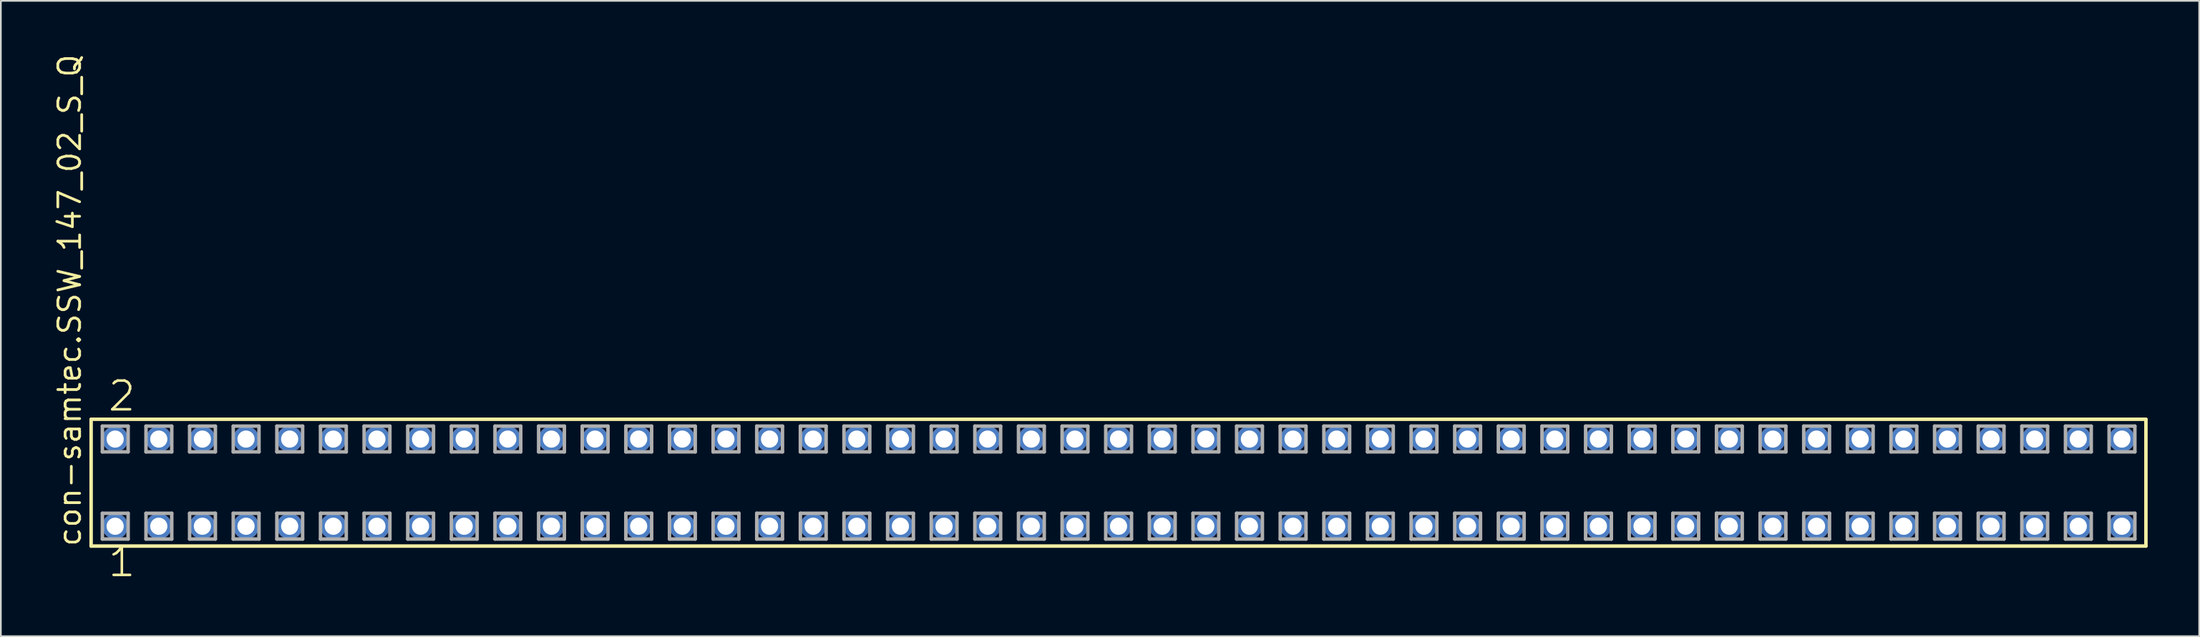
<source format=kicad_pcb>
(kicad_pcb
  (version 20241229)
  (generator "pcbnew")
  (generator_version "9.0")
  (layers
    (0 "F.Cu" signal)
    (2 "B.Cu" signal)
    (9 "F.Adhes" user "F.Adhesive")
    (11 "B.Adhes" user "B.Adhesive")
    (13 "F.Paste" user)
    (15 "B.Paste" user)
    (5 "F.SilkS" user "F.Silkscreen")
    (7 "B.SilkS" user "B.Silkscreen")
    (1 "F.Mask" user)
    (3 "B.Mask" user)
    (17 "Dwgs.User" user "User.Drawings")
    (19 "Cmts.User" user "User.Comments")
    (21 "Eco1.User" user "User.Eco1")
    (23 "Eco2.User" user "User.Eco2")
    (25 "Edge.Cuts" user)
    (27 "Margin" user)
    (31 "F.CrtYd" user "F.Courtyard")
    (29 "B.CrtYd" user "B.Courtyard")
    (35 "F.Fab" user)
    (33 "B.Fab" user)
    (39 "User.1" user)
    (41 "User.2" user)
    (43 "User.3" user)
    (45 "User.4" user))
  (footprint "con-samtec.SSW_147_02_S_Q"
    (layer "F.Cu")
    (at 62.075 25.082)
    (property "Reference" "con-samtec.SSW_147_02_S_Q" (at -60.325 3.81 90) (layer "F.SilkS") (effects (font (size 1.27 1.27) (thickness 0.16)) (justify left bottom)))
    (attr through_hole)
    (fp_line (start -59.819 -3.695) (end 59.819 -3.695) (stroke (width 0.203) (type default)) (layer "F.SilkS"))
    (fp_line (start -59.819 3.695) (end -59.819 -3.695) (stroke (width 0.203) (type default)) (layer "F.SilkS"))
    (fp_line (start 59.819 -3.695) (end 59.819 3.695) (stroke (width 0.203) (type default)) (layer "F.SilkS"))
    (fp_line (start 59.819 3.695) (end -59.819 3.695) (stroke (width 0.203) (type default)) (layer "F.SilkS"))
    (fp_line (start -59.165 -3.295) (end -57.665 -3.295) (stroke (width 0.203) (type default)) (layer "F.Fab"))
    (fp_line (start -59.165 -1.795) (end -59.165 -3.295) (stroke (width 0.203) (type default)) (layer "F.Fab"))
    (fp_line (start -59.165 1.785) (end -57.665 1.785) (stroke (width 0.203) (type default)) (layer "F.Fab"))
    (fp_line (start -59.165 3.285) (end -59.165 1.785) (stroke (width 0.203) (type default)) (layer "F.Fab"))
    (fp_line (start -57.665 -3.295) (end -57.665 -1.795) (stroke (width 0.203) (type default)) (layer "F.Fab"))
    (fp_line (start -57.665 -1.795) (end -59.165 -1.795) (stroke (width 0.203) (type default)) (layer "F.Fab"))
    (fp_line (start -57.665 1.785) (end -57.665 3.285) (stroke (width 0.203) (type default)) (layer "F.Fab"))
    (fp_line (start -57.665 3.285) (end -59.165 3.285) (stroke (width 0.203) (type default)) (layer "F.Fab"))
    (fp_line (start -56.625 -3.295) (end -55.125 -3.295) (stroke (width 0.203) (type default)) (layer "F.Fab"))
    (fp_line (start -56.625 -1.795) (end -56.625 -3.295) (stroke (width 0.203) (type default)) (layer "F.Fab"))
    (fp_line (start -56.625 1.785) (end -55.125 1.785) (stroke (width 0.203) (type default)) (layer "F.Fab"))
    (fp_line (start -56.625 3.285) (end -56.625 1.785) (stroke (width 0.203) (type default)) (layer "F.Fab"))
    (fp_line (start -55.125 -3.295) (end -55.125 -1.795) (stroke (width 0.203) (type default)) (layer "F.Fab"))
    (fp_line (start -55.125 -1.795) (end -56.625 -1.795) (stroke (width 0.203) (type default)) (layer "F.Fab"))
    (fp_line (start -55.125 1.785) (end -55.125 3.285) (stroke (width 0.203) (type default)) (layer "F.Fab"))
    (fp_line (start -55.125 3.285) (end -56.625 3.285) (stroke (width 0.203) (type default)) (layer "F.Fab"))
    (fp_line (start -54.085 -3.295) (end -52.585 -3.295) (stroke (width 0.203) (type default)) (layer "F.Fab"))
    (fp_line (start -54.085 -1.795) (end -54.085 -3.295) (stroke (width 0.203) (type default)) (layer "F.Fab"))
    (fp_line (start -54.085 1.785) (end -52.585 1.785) (stroke (width 0.203) (type default)) (layer "F.Fab"))
    (fp_line (start -54.085 3.285) (end -54.085 1.785) (stroke (width 0.203) (type default)) (layer "F.Fab"))
    (fp_line (start -52.585 -3.295) (end -52.585 -1.795) (stroke (width 0.203) (type default)) (layer "F.Fab"))
    (fp_line (start -52.585 -1.795) (end -54.085 -1.795) (stroke (width 0.203) (type default)) (layer "F.Fab"))
    (fp_line (start -52.585 1.785) (end -52.585 3.285) (stroke (width 0.203) (type default)) (layer "F.Fab"))
    (fp_line (start -52.585 3.285) (end -54.085 3.285) (stroke (width 0.203) (type default)) (layer "F.Fab"))
    (fp_line (start -51.545 -3.295) (end -50.045 -3.295) (stroke (width 0.203) (type default)) (layer "F.Fab"))
    (fp_line (start -51.545 -1.795) (end -51.545 -3.295) (stroke (width 0.203) (type default)) (layer "F.Fab"))
    (fp_line (start -51.545 1.785) (end -50.045 1.785) (stroke (width 0.203) (type default)) (layer "F.Fab"))
    (fp_line (start -51.545 3.285) (end -51.545 1.785) (stroke (width 0.203) (type default)) (layer "F.Fab"))
    (fp_line (start -50.045 -3.295) (end -50.045 -1.795) (stroke (width 0.203) (type default)) (layer "F.Fab"))
    (fp_line (start -50.045 -1.795) (end -51.545 -1.795) (stroke (width 0.203) (type default)) (layer "F.Fab"))
    (fp_line (start -50.045 1.785) (end -50.045 3.285) (stroke (width 0.203) (type default)) (layer "F.Fab"))
    (fp_line (start -50.045 3.285) (end -51.545 3.285) (stroke (width 0.203) (type default)) (layer "F.Fab"))
    (fp_line (start -49.005 -3.295) (end -47.505 -3.295) (stroke (width 0.203) (type default)) (layer "F.Fab"))
    (fp_line (start -49.005 -1.795) (end -49.005 -3.295) (stroke (width 0.203) (type default)) (layer "F.Fab"))
    (fp_line (start -49.005 1.785) (end -47.505 1.785) (stroke (width 0.203) (type default)) (layer "F.Fab"))
    (fp_line (start -49.005 3.285) (end -49.005 1.785) (stroke (width 0.203) (type default)) (layer "F.Fab"))
    (fp_line (start -47.505 -3.295) (end -47.505 -1.795) (stroke (width 0.203) (type default)) (layer "F.Fab"))
    (fp_line (start -47.505 -1.795) (end -49.005 -1.795) (stroke (width 0.203) (type default)) (layer "F.Fab"))
    (fp_line (start -47.505 1.785) (end -47.505 3.285) (stroke (width 0.203) (type default)) (layer "F.Fab"))
    (fp_line (start -47.505 3.285) (end -49.005 3.285) (stroke (width 0.203) (type default)) (layer "F.Fab"))
    (fp_line (start -46.465 -3.295) (end -44.965 -3.295) (stroke (width 0.203) (type default)) (layer "F.Fab"))
    (fp_line (start -46.465 -1.795) (end -46.465 -3.295) (stroke (width 0.203) (type default)) (layer "F.Fab"))
    (fp_line (start -46.465 1.785) (end -44.965 1.785) (stroke (width 0.203) (type default)) (layer "F.Fab"))
    (fp_line (start -46.465 3.285) (end -46.465 1.785) (stroke (width 0.203) (type default)) (layer "F.Fab"))
    (fp_line (start -44.965 -3.295) (end -44.965 -1.795) (stroke (width 0.203) (type default)) (layer "F.Fab"))
    (fp_line (start -44.965 -1.795) (end -46.465 -1.795) (stroke (width 0.203) (type default)) (layer "F.Fab"))
    (fp_line (start -44.965 1.785) (end -44.965 3.285) (stroke (width 0.203) (type default)) (layer "F.Fab"))
    (fp_line (start -44.965 3.285) (end -46.465 3.285) (stroke (width 0.203) (type default)) (layer "F.Fab"))
    (fp_line (start -43.925 -3.295) (end -42.425 -3.295) (stroke (width 0.203) (type default)) (layer "F.Fab"))
    (fp_line (start -43.925 -1.795) (end -43.925 -3.295) (stroke (width 0.203) (type default)) (layer "F.Fab"))
    (fp_line (start -43.925 1.785) (end -42.425 1.785) (stroke (width 0.203) (type default)) (layer "F.Fab"))
    (fp_line (start -43.925 3.285) (end -43.925 1.785) (stroke (width 0.203) (type default)) (layer "F.Fab"))
    (fp_line (start -42.425 -3.295) (end -42.425 -1.795) (stroke (width 0.203) (type default)) (layer "F.Fab"))
    (fp_line (start -42.425 -1.795) (end -43.925 -1.795) (stroke (width 0.203) (type default)) (layer "F.Fab"))
    (fp_line (start -42.425 1.785) (end -42.425 3.285) (stroke (width 0.203) (type default)) (layer "F.Fab"))
    (fp_line (start -42.425 3.285) (end -43.925 3.285) (stroke (width 0.203) (type default)) (layer "F.Fab"))
    (fp_line (start -41.385 -3.295) (end -39.885 -3.295) (stroke (width 0.203) (type default)) (layer "F.Fab"))
    (fp_line (start -41.385 -1.795) (end -41.385 -3.295) (stroke (width 0.203) (type default)) (layer "F.Fab"))
    (fp_line (start -41.385 1.785) (end -39.885 1.785) (stroke (width 0.203) (type default)) (layer "F.Fab"))
    (fp_line (start -41.385 3.285) (end -41.385 1.785) (stroke (width 0.203) (type default)) (layer "F.Fab"))
    (fp_line (start -39.885 -3.295) (end -39.885 -1.795) (stroke (width 0.203) (type default)) (layer "F.Fab"))
    (fp_line (start -39.885 -1.795) (end -41.385 -1.795) (stroke (width 0.203) (type default)) (layer "F.Fab"))
    (fp_line (start -39.885 1.785) (end -39.885 3.285) (stroke (width 0.203) (type default)) (layer "F.Fab"))
    (fp_line (start -39.885 3.285) (end -41.385 3.285) (stroke (width 0.203) (type default)) (layer "F.Fab"))
    (fp_line (start -38.845 -3.295) (end -37.345 -3.295) (stroke (width 0.203) (type default)) (layer "F.Fab"))
    (fp_line (start -38.845 -1.795) (end -38.845 -3.295) (stroke (width 0.203) (type default)) (layer "F.Fab"))
    (fp_line (start -38.845 1.785) (end -37.345 1.785) (stroke (width 0.203) (type default)) (layer "F.Fab"))
    (fp_line (start -38.845 3.285) (end -38.845 1.785) (stroke (width 0.203) (type default)) (layer "F.Fab"))
    (fp_line (start -37.345 -3.295) (end -37.345 -1.795) (stroke (width 0.203) (type default)) (layer "F.Fab"))
    (fp_line (start -37.345 -1.795) (end -38.845 -1.795) (stroke (width 0.203) (type default)) (layer "F.Fab"))
    (fp_line (start -37.345 1.785) (end -37.345 3.285) (stroke (width 0.203) (type default)) (layer "F.Fab"))
    (fp_line (start -37.345 3.285) (end -38.845 3.285) (stroke (width 0.203) (type default)) (layer "F.Fab"))
    (fp_line (start -36.305 -3.295) (end -34.805 -3.295) (stroke (width 0.203) (type default)) (layer "F.Fab"))
    (fp_line (start -36.305 -1.795) (end -36.305 -3.295) (stroke (width 0.203) (type default)) (layer "F.Fab"))
    (fp_line (start -36.305 1.785) (end -34.805 1.785) (stroke (width 0.203) (type default)) (layer "F.Fab"))
    (fp_line (start -36.305 3.285) (end -36.305 1.785) (stroke (width 0.203) (type default)) (layer "F.Fab"))
    (fp_line (start -34.805 -3.295) (end -34.805 -1.795) (stroke (width 0.203) (type default)) (layer "F.Fab"))
    (fp_line (start -34.805 -1.795) (end -36.305 -1.795) (stroke (width 0.203) (type default)) (layer "F.Fab"))
    (fp_line (start -34.805 1.785) (end -34.805 3.285) (stroke (width 0.203) (type default)) (layer "F.Fab"))
    (fp_line (start -34.805 3.285) (end -36.305 3.285) (stroke (width 0.203) (type default)) (layer "F.Fab"))
    (fp_line (start -33.765 -3.295) (end -32.265 -3.295) (stroke (width 0.203) (type default)) (layer "F.Fab"))
    (fp_line (start -33.765 -1.795) (end -33.765 -3.295) (stroke (width 0.203) (type default)) (layer "F.Fab"))
    (fp_line (start -33.765 1.785) (end -32.265 1.785) (stroke (width 0.203) (type default)) (layer "F.Fab"))
    (fp_line (start -33.765 3.285) (end -33.765 1.785) (stroke (width 0.203) (type default)) (layer "F.Fab"))
    (fp_line (start -32.265 -3.295) (end -32.265 -1.795) (stroke (width 0.203) (type default)) (layer "F.Fab"))
    (fp_line (start -32.265 -1.795) (end -33.765 -1.795) (stroke (width 0.203) (type default)) (layer "F.Fab"))
    (fp_line (start -32.265 1.785) (end -32.265 3.285) (stroke (width 0.203) (type default)) (layer "F.Fab"))
    (fp_line (start -32.265 3.285) (end -33.765 3.285) (stroke (width 0.203) (type default)) (layer "F.Fab"))
    (fp_line (start -31.225 -3.295) (end -29.725 -3.295) (stroke (width 0.203) (type default)) (layer "F.Fab"))
    (fp_line (start -31.225 -1.795) (end -31.225 -3.295) (stroke (width 0.203) (type default)) (layer "F.Fab"))
    (fp_line (start -31.225 1.785) (end -29.725 1.785) (stroke (width 0.203) (type default)) (layer "F.Fab"))
    (fp_line (start -31.225 3.285) (end -31.225 1.785) (stroke (width 0.203) (type default)) (layer "F.Fab"))
    (fp_line (start -29.725 -3.295) (end -29.725 -1.795) (stroke (width 0.203) (type default)) (layer "F.Fab"))
    (fp_line (start -29.725 -1.795) (end -31.225 -1.795) (stroke (width 0.203) (type default)) (layer "F.Fab"))
    (fp_line (start -29.725 1.785) (end -29.725 3.285) (stroke (width 0.203) (type default)) (layer "F.Fab"))
    (fp_line (start -29.725 3.285) (end -31.225 3.285) (stroke (width 0.203) (type default)) (layer "F.Fab"))
    (fp_line (start -28.685 -3.295) (end -27.185 -3.295) (stroke (width 0.203) (type default)) (layer "F.Fab"))
    (fp_line (start -28.685 -1.795) (end -28.685 -3.295) (stroke (width 0.203) (type default)) (layer "F.Fab"))
    (fp_line (start -28.685 1.785) (end -27.185 1.785) (stroke (width 0.203) (type default)) (layer "F.Fab"))
    (fp_line (start -28.685 3.285) (end -28.685 1.785) (stroke (width 0.203) (type default)) (layer "F.Fab"))
    (fp_line (start -27.185 -3.295) (end -27.185 -1.795) (stroke (width 0.203) (type default)) (layer "F.Fab"))
    (fp_line (start -27.185 -1.795) (end -28.685 -1.795) (stroke (width 0.203) (type default)) (layer "F.Fab"))
    (fp_line (start -27.185 1.785) (end -27.185 3.285) (stroke (width 0.203) (type default)) (layer "F.Fab"))
    (fp_line (start -27.185 3.285) (end -28.685 3.285) (stroke (width 0.203) (type default)) (layer "F.Fab"))
    (fp_line (start -26.145 -3.295) (end -24.645 -3.295) (stroke (width 0.203) (type default)) (layer "F.Fab"))
    (fp_line (start -26.145 -1.795) (end -26.145 -3.295) (stroke (width 0.203) (type default)) (layer "F.Fab"))
    (fp_line (start -26.145 1.785) (end -24.645 1.785) (stroke (width 0.203) (type default)) (layer "F.Fab"))
    (fp_line (start -26.145 3.285) (end -26.145 1.785) (stroke (width 0.203) (type default)) (layer "F.Fab"))
    (fp_line (start -24.645 -3.295) (end -24.645 -1.795) (stroke (width 0.203) (type default)) (layer "F.Fab"))
    (fp_line (start -24.645 -1.795) (end -26.145 -1.795) (stroke (width 0.203) (type default)) (layer "F.Fab"))
    (fp_line (start -24.645 1.785) (end -24.645 3.285) (stroke (width 0.203) (type default)) (layer "F.Fab"))
    (fp_line (start -24.645 3.285) (end -26.145 3.285) (stroke (width 0.203) (type default)) (layer "F.Fab"))
    (fp_line (start -23.605 -3.295) (end -22.105 -3.295) (stroke (width 0.203) (type default)) (layer "F.Fab"))
    (fp_line (start -23.605 -1.795) (end -23.605 -3.295) (stroke (width 0.203) (type default)) (layer "F.Fab"))
    (fp_line (start -23.605 1.785) (end -22.105 1.785) (stroke (width 0.203) (type default)) (layer "F.Fab"))
    (fp_line (start -23.605 3.285) (end -23.605 1.785) (stroke (width 0.203) (type default)) (layer "F.Fab"))
    (fp_line (start -22.105 -3.295) (end -22.105 -1.795) (stroke (width 0.203) (type default)) (layer "F.Fab"))
    (fp_line (start -22.105 -1.795) (end -23.605 -1.795) (stroke (width 0.203) (type default)) (layer "F.Fab"))
    (fp_line (start -22.105 1.785) (end -22.105 3.285) (stroke (width 0.203) (type default)) (layer "F.Fab"))
    (fp_line (start -22.105 3.285) (end -23.605 3.285) (stroke (width 0.203) (type default)) (layer "F.Fab"))
    (fp_line (start -21.065 -3.295) (end -19.565 -3.295) (stroke (width 0.203) (type default)) (layer "F.Fab"))
    (fp_line (start -21.065 -1.795) (end -21.065 -3.295) (stroke (width 0.203) (type default)) (layer "F.Fab"))
    (fp_line (start -21.065 1.785) (end -19.565 1.785) (stroke (width 0.203) (type default)) (layer "F.Fab"))
    (fp_line (start -21.065 3.285) (end -21.065 1.785) (stroke (width 0.203) (type default)) (layer "F.Fab"))
    (fp_line (start -19.565 -3.295) (end -19.565 -1.795) (stroke (width 0.203) (type default)) (layer "F.Fab"))
    (fp_line (start -19.565 -1.795) (end -21.065 -1.795) (stroke (width 0.203) (type default)) (layer "F.Fab"))
    (fp_line (start -19.565 1.785) (end -19.565 3.285) (stroke (width 0.203) (type default)) (layer "F.Fab"))
    (fp_line (start -19.565 3.285) (end -21.065 3.285) (stroke (width 0.203) (type default)) (layer "F.Fab"))
    (fp_line (start -18.525 -3.295) (end -17.025 -3.295) (stroke (width 0.203) (type default)) (layer "F.Fab"))
    (fp_line (start -18.525 -1.795) (end -18.525 -3.295) (stroke (width 0.203) (type default)) (layer "F.Fab"))
    (fp_line (start -18.525 1.785) (end -17.025 1.785) (stroke (width 0.203) (type default)) (layer "F.Fab"))
    (fp_line (start -18.525 3.285) (end -18.525 1.785) (stroke (width 0.203) (type default)) (layer "F.Fab"))
    (fp_line (start -17.025 -3.295) (end -17.025 -1.795) (stroke (width 0.203) (type default)) (layer "F.Fab"))
    (fp_line (start -17.025 -1.795) (end -18.525 -1.795) (stroke (width 0.203) (type default)) (layer "F.Fab"))
    (fp_line (start -17.025 1.785) (end -17.025 3.285) (stroke (width 0.203) (type default)) (layer "F.Fab"))
    (fp_line (start -17.025 3.285) (end -18.525 3.285) (stroke (width 0.203) (type default)) (layer "F.Fab"))
    (fp_line (start -15.985 -3.295) (end -14.485 -3.295) (stroke (width 0.203) (type default)) (layer "F.Fab"))
    (fp_line (start -15.985 -1.795) (end -15.985 -3.295) (stroke (width 0.203) (type default)) (layer "F.Fab"))
    (fp_line (start -15.985 1.785) (end -14.485 1.785) (stroke (width 0.203) (type default)) (layer "F.Fab"))
    (fp_line (start -15.985 3.285) (end -15.985 1.785) (stroke (width 0.203) (type default)) (layer "F.Fab"))
    (fp_line (start -14.485 -3.295) (end -14.485 -1.795) (stroke (width 0.203) (type default)) (layer "F.Fab"))
    (fp_line (start -14.485 -1.795) (end -15.985 -1.795) (stroke (width 0.203) (type default)) (layer "F.Fab"))
    (fp_line (start -14.485 1.785) (end -14.485 3.285) (stroke (width 0.203) (type default)) (layer "F.Fab"))
    (fp_line (start -14.485 3.285) (end -15.985 3.285) (stroke (width 0.203) (type default)) (layer "F.Fab"))
    (fp_line (start -13.445 -3.295) (end -11.945 -3.295) (stroke (width 0.203) (type default)) (layer "F.Fab"))
    (fp_line (start -13.445 -1.795) (end -13.445 -3.295) (stroke (width 0.203) (type default)) (layer "F.Fab"))
    (fp_line (start -13.445 1.785) (end -11.945 1.785) (stroke (width 0.203) (type default)) (layer "F.Fab"))
    (fp_line (start -13.445 3.285) (end -13.445 1.785) (stroke (width 0.203) (type default)) (layer "F.Fab"))
    (fp_line (start -11.945 -3.295) (end -11.945 -1.795) (stroke (width 0.203) (type default)) (layer "F.Fab"))
    (fp_line (start -11.945 -1.795) (end -13.445 -1.795) (stroke (width 0.203) (type default)) (layer "F.Fab"))
    (fp_line (start -11.945 1.785) (end -11.945 3.285) (stroke (width 0.203) (type default)) (layer "F.Fab"))
    (fp_line (start -11.945 3.285) (end -13.445 3.285) (stroke (width 0.203) (type default)) (layer "F.Fab"))
    (fp_line (start -10.905 -3.295) (end -9.405 -3.295) (stroke (width 0.203) (type default)) (layer "F.Fab"))
    (fp_line (start -10.905 -1.795) (end -10.905 -3.295) (stroke (width 0.203) (type default)) (layer "F.Fab"))
    (fp_line (start -10.905 1.785) (end -9.405 1.785) (stroke (width 0.203) (type default)) (layer "F.Fab"))
    (fp_line (start -10.905 3.285) (end -10.905 1.785) (stroke (width 0.203) (type default)) (layer "F.Fab"))
    (fp_line (start -9.405 -3.295) (end -9.405 -1.795) (stroke (width 0.203) (type default)) (layer "F.Fab"))
    (fp_line (start -9.405 -1.795) (end -10.905 -1.795) (stroke (width 0.203) (type default)) (layer "F.Fab"))
    (fp_line (start -9.405 1.785) (end -9.405 3.285) (stroke (width 0.203) (type default)) (layer "F.Fab"))
    (fp_line (start -9.405 3.285) (end -10.905 3.285) (stroke (width 0.203) (type default)) (layer "F.Fab"))
    (fp_line (start -8.365 -3.295) (end -6.865 -3.295) (stroke (width 0.203) (type default)) (layer "F.Fab"))
    (fp_line (start -8.365 -1.795) (end -8.365 -3.295) (stroke (width 0.203) (type default)) (layer "F.Fab"))
    (fp_line (start -8.365 1.785) (end -6.865 1.785) (stroke (width 0.203) (type default)) (layer "F.Fab"))
    (fp_line (start -8.365 3.285) (end -8.365 1.785) (stroke (width 0.203) (type default)) (layer "F.Fab"))
    (fp_line (start -6.865 -3.295) (end -6.865 -1.795) (stroke (width 0.203) (type default)) (layer "F.Fab"))
    (fp_line (start -6.865 -1.795) (end -8.365 -1.795) (stroke (width 0.203) (type default)) (layer "F.Fab"))
    (fp_line (start -6.865 1.785) (end -6.865 3.285) (stroke (width 0.203) (type default)) (layer "F.Fab"))
    (fp_line (start -6.865 3.285) (end -8.365 3.285) (stroke (width 0.203) (type default)) (layer "F.Fab"))
    (fp_line (start -5.825 -3.295) (end -4.325 -3.295) (stroke (width 0.203) (type default)) (layer "F.Fab"))
    (fp_line (start -5.825 -1.795) (end -5.825 -3.295) (stroke (width 0.203) (type default)) (layer "F.Fab"))
    (fp_line (start -5.825 1.785) (end -4.325 1.785) (stroke (width 0.203) (type default)) (layer "F.Fab"))
    (fp_line (start -5.825 3.285) (end -5.825 1.785) (stroke (width 0.203) (type default)) (layer "F.Fab"))
    (fp_line (start -4.325 -3.295) (end -4.325 -1.795) (stroke (width 0.203) (type default)) (layer "F.Fab"))
    (fp_line (start -4.325 -1.795) (end -5.825 -1.795) (stroke (width 0.203) (type default)) (layer "F.Fab"))
    (fp_line (start -4.325 1.785) (end -4.325 3.285) (stroke (width 0.203) (type default)) (layer "F.Fab"))
    (fp_line (start -4.325 3.285) (end -5.825 3.285) (stroke (width 0.203) (type default)) (layer "F.Fab"))
    (fp_line (start -3.285 -3.295) (end -1.785 -3.295) (stroke (width 0.203) (type default)) (layer "F.Fab"))
    (fp_line (start -3.285 -1.795) (end -3.285 -3.295) (stroke (width 0.203) (type default)) (layer "F.Fab"))
    (fp_line (start -3.285 1.785) (end -1.785 1.785) (stroke (width 0.203) (type default)) (layer "F.Fab"))
    (fp_line (start -3.285 3.285) (end -3.285 1.785) (stroke (width 0.203) (type default)) (layer "F.Fab"))
    (fp_line (start -1.785 -3.295) (end -1.785 -1.795) (stroke (width 0.203) (type default)) (layer "F.Fab"))
    (fp_line (start -1.785 -1.795) (end -3.285 -1.795) (stroke (width 0.203) (type default)) (layer "F.Fab"))
    (fp_line (start -1.785 1.785) (end -1.785 3.285) (stroke (width 0.203) (type default)) (layer "F.Fab"))
    (fp_line (start -1.785 3.285) (end -3.285 3.285) (stroke (width 0.203) (type default)) (layer "F.Fab"))
    (fp_line (start -0.745 -3.295) (end 0.755 -3.295) (stroke (width 0.203) (type default)) (layer "F.Fab"))
    (fp_line (start -0.745 -1.795) (end -0.745 -3.295) (stroke (width 0.203) (type default)) (layer "F.Fab"))
    (fp_line (start -0.745 1.785) (end 0.755 1.785) (stroke (width 0.203) (type default)) (layer "F.Fab"))
    (fp_line (start -0.745 3.285) (end -0.745 1.785) (stroke (width 0.203) (type default)) (layer "F.Fab"))
    (fp_line (start 0.755 -3.295) (end 0.755 -1.795) (stroke (width 0.203) (type default)) (layer "F.Fab"))
    (fp_line (start 0.755 -1.795) (end -0.745 -1.795) (stroke (width 0.203) (type default)) (layer "F.Fab"))
    (fp_line (start 0.755 1.785) (end 0.755 3.285) (stroke (width 0.203) (type default)) (layer "F.Fab"))
    (fp_line (start 0.755 3.285) (end -0.745 3.285) (stroke (width 0.203) (type default)) (layer "F.Fab"))
    (fp_line (start 1.795 -3.295) (end 3.295 -3.295) (stroke (width 0.203) (type default)) (layer "F.Fab"))
    (fp_line (start 1.795 -1.795) (end 1.795 -3.295) (stroke (width 0.203) (type default)) (layer "F.Fab"))
    (fp_line (start 1.795 1.785) (end 3.295 1.785) (stroke (width 0.203) (type default)) (layer "F.Fab"))
    (fp_line (start 1.795 3.285) (end 1.795 1.785) (stroke (width 0.203) (type default)) (layer "F.Fab"))
    (fp_line (start 3.295 -3.295) (end 3.295 -1.795) (stroke (width 0.203) (type default)) (layer "F.Fab"))
    (fp_line (start 3.295 -1.795) (end 1.795 -1.795) (stroke (width 0.203) (type default)) (layer "F.Fab"))
    (fp_line (start 3.295 1.785) (end 3.295 3.285) (stroke (width 0.203) (type default)) (layer "F.Fab"))
    (fp_line (start 3.295 3.285) (end 1.795 3.285) (stroke (width 0.203) (type default)) (layer "F.Fab"))
    (fp_line (start 4.335 -3.295) (end 5.835 -3.295) (stroke (width 0.203) (type default)) (layer "F.Fab"))
    (fp_line (start 4.335 -1.795) (end 4.335 -3.295) (stroke (width 0.203) (type default)) (layer "F.Fab"))
    (fp_line (start 4.335 1.785) (end 5.835 1.785) (stroke (width 0.203) (type default)) (layer "F.Fab"))
    (fp_line (start 4.335 3.285) (end 4.335 1.785) (stroke (width 0.203) (type default)) (layer "F.Fab"))
    (fp_line (start 5.835 -3.295) (end 5.835 -1.795) (stroke (width 0.203) (type default)) (layer "F.Fab"))
    (fp_line (start 5.835 -1.795) (end 4.335 -1.795) (stroke (width 0.203) (type default)) (layer "F.Fab"))
    (fp_line (start 5.835 1.785) (end 5.835 3.285) (stroke (width 0.203) (type default)) (layer "F.Fab"))
    (fp_line (start 5.835 3.285) (end 4.335 3.285) (stroke (width 0.203) (type default)) (layer "F.Fab"))
    (fp_line (start 6.875 -3.295) (end 8.375 -3.295) (stroke (width 0.203) (type default)) (layer "F.Fab"))
    (fp_line (start 6.875 -1.795) (end 6.875 -3.295) (stroke (width 0.203) (type default)) (layer "F.Fab"))
    (fp_line (start 6.875 1.785) (end 8.375 1.785) (stroke (width 0.203) (type default)) (layer "F.Fab"))
    (fp_line (start 6.875 3.285) (end 6.875 1.785) (stroke (width 0.203) (type default)) (layer "F.Fab"))
    (fp_line (start 8.375 -3.295) (end 8.375 -1.795) (stroke (width 0.203) (type default)) (layer "F.Fab"))
    (fp_line (start 8.375 -1.795) (end 6.875 -1.795) (stroke (width 0.203) (type default)) (layer "F.Fab"))
    (fp_line (start 8.375 1.785) (end 8.375 3.285) (stroke (width 0.203) (type default)) (layer "F.Fab"))
    (fp_line (start 8.375 3.285) (end 6.875 3.285) (stroke (width 0.203) (type default)) (layer "F.Fab"))
    (fp_line (start 9.415 -3.295) (end 10.915 -3.295) (stroke (width 0.203) (type default)) (layer "F.Fab"))
    (fp_line (start 9.415 -1.795) (end 9.415 -3.295) (stroke (width 0.203) (type default)) (layer "F.Fab"))
    (fp_line (start 9.415 1.785) (end 10.915 1.785) (stroke (width 0.203) (type default)) (layer "F.Fab"))
    (fp_line (start 9.415 3.285) (end 9.415 1.785) (stroke (width 0.203) (type default)) (layer "F.Fab"))
    (fp_line (start 10.915 -3.295) (end 10.915 -1.795) (stroke (width 0.203) (type default)) (layer "F.Fab"))
    (fp_line (start 10.915 -1.795) (end 9.415 -1.795) (stroke (width 0.203) (type default)) (layer "F.Fab"))
    (fp_line (start 10.915 1.785) (end 10.915 3.285) (stroke (width 0.203) (type default)) (layer "F.Fab"))
    (fp_line (start 10.915 3.285) (end 9.415 3.285) (stroke (width 0.203) (type default)) (layer "F.Fab"))
    (fp_line (start 11.955 -3.295) (end 13.455 -3.295) (stroke (width 0.203) (type default)) (layer "F.Fab"))
    (fp_line (start 11.955 -1.795) (end 11.955 -3.295) (stroke (width 0.203) (type default)) (layer "F.Fab"))
    (fp_line (start 11.955 1.785) (end 13.455 1.785) (stroke (width 0.203) (type default)) (layer "F.Fab"))
    (fp_line (start 11.955 3.285) (end 11.955 1.785) (stroke (width 0.203) (type default)) (layer "F.Fab"))
    (fp_line (start 13.455 -3.295) (end 13.455 -1.795) (stroke (width 0.203) (type default)) (layer "F.Fab"))
    (fp_line (start 13.455 -1.795) (end 11.955 -1.795) (stroke (width 0.203) (type default)) (layer "F.Fab"))
    (fp_line (start 13.455 1.785) (end 13.455 3.285) (stroke (width 0.203) (type default)) (layer "F.Fab"))
    (fp_line (start 13.455 3.285) (end 11.955 3.285) (stroke (width 0.203) (type default)) (layer "F.Fab"))
    (fp_line (start 14.495 -3.295) (end 15.995 -3.295) (stroke (width 0.203) (type default)) (layer "F.Fab"))
    (fp_line (start 14.495 -1.795) (end 14.495 -3.295) (stroke (width 0.203) (type default)) (layer "F.Fab"))
    (fp_line (start 14.495 1.785) (end 15.995 1.785) (stroke (width 0.203) (type default)) (layer "F.Fab"))
    (fp_line (start 14.495 3.285) (end 14.495 1.785) (stroke (width 0.203) (type default)) (layer "F.Fab"))
    (fp_line (start 15.995 -3.295) (end 15.995 -1.795) (stroke (width 0.203) (type default)) (layer "F.Fab"))
    (fp_line (start 15.995 -1.795) (end 14.495 -1.795) (stroke (width 0.203) (type default)) (layer "F.Fab"))
    (fp_line (start 15.995 1.785) (end 15.995 3.285) (stroke (width 0.203) (type default)) (layer "F.Fab"))
    (fp_line (start 15.995 3.285) (end 14.495 3.285) (stroke (width 0.203) (type default)) (layer "F.Fab"))
    (fp_line (start 17.035 -3.295) (end 18.535 -3.295) (stroke (width 0.203) (type default)) (layer "F.Fab"))
    (fp_line (start 17.035 -1.795) (end 17.035 -3.295) (stroke (width 0.203) (type default)) (layer "F.Fab"))
    (fp_line (start 17.035 1.785) (end 18.535 1.785) (stroke (width 0.203) (type default)) (layer "F.Fab"))
    (fp_line (start 17.035 3.285) (end 17.035 1.785) (stroke (width 0.203) (type default)) (layer "F.Fab"))
    (fp_line (start 18.535 -3.295) (end 18.535 -1.795) (stroke (width 0.203) (type default)) (layer "F.Fab"))
    (fp_line (start 18.535 -1.795) (end 17.035 -1.795) (stroke (width 0.203) (type default)) (layer "F.Fab"))
    (fp_line (start 18.535 1.785) (end 18.535 3.285) (stroke (width 0.203) (type default)) (layer "F.Fab"))
    (fp_line (start 18.535 3.285) (end 17.035 3.285) (stroke (width 0.203) (type default)) (layer "F.Fab"))
    (fp_line (start 19.575 -3.295) (end 21.075 -3.295) (stroke (width 0.203) (type default)) (layer "F.Fab"))
    (fp_line (start 19.575 -1.795) (end 19.575 -3.295) (stroke (width 0.203) (type default)) (layer "F.Fab"))
    (fp_line (start 19.575 1.785) (end 21.075 1.785) (stroke (width 0.203) (type default)) (layer "F.Fab"))
    (fp_line (start 19.575 3.285) (end 19.575 1.785) (stroke (width 0.203) (type default)) (layer "F.Fab"))
    (fp_line (start 21.075 -3.295) (end 21.075 -1.795) (stroke (width 0.203) (type default)) (layer "F.Fab"))
    (fp_line (start 21.075 -1.795) (end 19.575 -1.795) (stroke (width 0.203) (type default)) (layer "F.Fab"))
    (fp_line (start 21.075 1.785) (end 21.075 3.285) (stroke (width 0.203) (type default)) (layer "F.Fab"))
    (fp_line (start 21.075 3.285) (end 19.575 3.285) (stroke (width 0.203) (type default)) (layer "F.Fab"))
    (fp_line (start 22.115 -3.295) (end 23.615 -3.295) (stroke (width 0.203) (type default)) (layer "F.Fab"))
    (fp_line (start 22.115 -1.795) (end 22.115 -3.295) (stroke (width 0.203) (type default)) (layer "F.Fab"))
    (fp_line (start 22.115 1.785) (end 23.615 1.785) (stroke (width 0.203) (type default)) (layer "F.Fab"))
    (fp_line (start 22.115 3.285) (end 22.115 1.785) (stroke (width 0.203) (type default)) (layer "F.Fab"))
    (fp_line (start 23.615 -3.295) (end 23.615 -1.795) (stroke (width 0.203) (type default)) (layer "F.Fab"))
    (fp_line (start 23.615 -1.795) (end 22.115 -1.795) (stroke (width 0.203) (type default)) (layer "F.Fab"))
    (fp_line (start 23.615 1.785) (end 23.615 3.285) (stroke (width 0.203) (type default)) (layer "F.Fab"))
    (fp_line (start 23.615 3.285) (end 22.115 3.285) (stroke (width 0.203) (type default)) (layer "F.Fab"))
    (fp_line (start 24.655 -3.295) (end 26.155 -3.295) (stroke (width 0.203) (type default)) (layer "F.Fab"))
    (fp_line (start 24.655 -1.795) (end 24.655 -3.295) (stroke (width 0.203) (type default)) (layer "F.Fab"))
    (fp_line (start 24.655 1.785) (end 26.155 1.785) (stroke (width 0.203) (type default)) (layer "F.Fab"))
    (fp_line (start 24.655 3.285) (end 24.655 1.785) (stroke (width 0.203) (type default)) (layer "F.Fab"))
    (fp_line (start 26.155 -3.295) (end 26.155 -1.795) (stroke (width 0.203) (type default)) (layer "F.Fab"))
    (fp_line (start 26.155 -1.795) (end 24.655 -1.795) (stroke (width 0.203) (type default)) (layer "F.Fab"))
    (fp_line (start 26.155 1.785) (end 26.155 3.285) (stroke (width 0.203) (type default)) (layer "F.Fab"))
    (fp_line (start 26.155 3.285) (end 24.655 3.285) (stroke (width 0.203) (type default)) (layer "F.Fab"))
    (fp_line (start 27.195 -3.295) (end 28.695 -3.295) (stroke (width 0.203) (type default)) (layer "F.Fab"))
    (fp_line (start 27.195 -1.795) (end 27.195 -3.295) (stroke (width 0.203) (type default)) (layer "F.Fab"))
    (fp_line (start 27.195 1.785) (end 28.695 1.785) (stroke (width 0.203) (type default)) (layer "F.Fab"))
    (fp_line (start 27.195 3.285) (end 27.195 1.785) (stroke (width 0.203) (type default)) (layer "F.Fab"))
    (fp_line (start 28.695 -3.295) (end 28.695 -1.795) (stroke (width 0.203) (type default)) (layer "F.Fab"))
    (fp_line (start 28.695 -1.795) (end 27.195 -1.795) (stroke (width 0.203) (type default)) (layer "F.Fab"))
    (fp_line (start 28.695 1.785) (end 28.695 3.285) (stroke (width 0.203) (type default)) (layer "F.Fab"))
    (fp_line (start 28.695 3.285) (end 27.195 3.285) (stroke (width 0.203) (type default)) (layer "F.Fab"))
    (fp_line (start 29.735 -3.295) (end 31.235 -3.295) (stroke (width 0.203) (type default)) (layer "F.Fab"))
    (fp_line (start 29.735 -1.795) (end 29.735 -3.295) (stroke (width 0.203) (type default)) (layer "F.Fab"))
    (fp_line (start 29.735 1.785) (end 31.235 1.785) (stroke (width 0.203) (type default)) (layer "F.Fab"))
    (fp_line (start 29.735 3.285) (end 29.735 1.785) (stroke (width 0.203) (type default)) (layer "F.Fab"))
    (fp_line (start 31.235 -3.295) (end 31.235 -1.795) (stroke (width 0.203) (type default)) (layer "F.Fab"))
    (fp_line (start 31.235 -1.795) (end 29.735 -1.795) (stroke (width 0.203) (type default)) (layer "F.Fab"))
    (fp_line (start 31.235 1.785) (end 31.235 3.285) (stroke (width 0.203) (type default)) (layer "F.Fab"))
    (fp_line (start 31.235 3.285) (end 29.735 3.285) (stroke (width 0.203) (type default)) (layer "F.Fab"))
    (fp_line (start 32.275 -3.295) (end 33.775 -3.295) (stroke (width 0.203) (type default)) (layer "F.Fab"))
    (fp_line (start 32.275 -1.795) (end 32.275 -3.295) (stroke (width 0.203) (type default)) (layer "F.Fab"))
    (fp_line (start 32.275 1.785) (end 33.775 1.785) (stroke (width 0.203) (type default)) (layer "F.Fab"))
    (fp_line (start 32.275 3.285) (end 32.275 1.785) (stroke (width 0.203) (type default)) (layer "F.Fab"))
    (fp_line (start 33.775 -3.295) (end 33.775 -1.795) (stroke (width 0.203) (type default)) (layer "F.Fab"))
    (fp_line (start 33.775 -1.795) (end 32.275 -1.795) (stroke (width 0.203) (type default)) (layer "F.Fab"))
    (fp_line (start 33.775 1.785) (end 33.775 3.285) (stroke (width 0.203) (type default)) (layer "F.Fab"))
    (fp_line (start 33.775 3.285) (end 32.275 3.285) (stroke (width 0.203) (type default)) (layer "F.Fab"))
    (fp_line (start 34.815 -3.295) (end 36.315 -3.295) (stroke (width 0.203) (type default)) (layer "F.Fab"))
    (fp_line (start 34.815 -1.795) (end 34.815 -3.295) (stroke (width 0.203) (type default)) (layer "F.Fab"))
    (fp_line (start 34.815 1.785) (end 36.315 1.785) (stroke (width 0.203) (type default)) (layer "F.Fab"))
    (fp_line (start 34.815 3.285) (end 34.815 1.785) (stroke (width 0.203) (type default)) (layer "F.Fab"))
    (fp_line (start 36.315 -3.295) (end 36.315 -1.795) (stroke (width 0.203) (type default)) (layer "F.Fab"))
    (fp_line (start 36.315 -1.795) (end 34.815 -1.795) (stroke (width 0.203) (type default)) (layer "F.Fab"))
    (fp_line (start 36.315 1.785) (end 36.315 3.285) (stroke (width 0.203) (type default)) (layer "F.Fab"))
    (fp_line (start 36.315 3.285) (end 34.815 3.285) (stroke (width 0.203) (type default)) (layer "F.Fab"))
    (fp_line (start 37.355 -3.295) (end 38.855 -3.295) (stroke (width 0.203) (type default)) (layer "F.Fab"))
    (fp_line (start 37.355 -1.795) (end 37.355 -3.295) (stroke (width 0.203) (type default)) (layer "F.Fab"))
    (fp_line (start 37.355 1.785) (end 38.855 1.785) (stroke (width 0.203) (type default)) (layer "F.Fab"))
    (fp_line (start 37.355 3.285) (end 37.355 1.785) (stroke (width 0.203) (type default)) (layer "F.Fab"))
    (fp_line (start 38.855 -3.295) (end 38.855 -1.795) (stroke (width 0.203) (type default)) (layer "F.Fab"))
    (fp_line (start 38.855 -1.795) (end 37.355 -1.795) (stroke (width 0.203) (type default)) (layer "F.Fab"))
    (fp_line (start 38.855 1.785) (end 38.855 3.285) (stroke (width 0.203) (type default)) (layer "F.Fab"))
    (fp_line (start 38.855 3.285) (end 37.355 3.285) (stroke (width 0.203) (type default)) (layer "F.Fab"))
    (fp_line (start 39.895 -3.295) (end 41.395 -3.295) (stroke (width 0.203) (type default)) (layer "F.Fab"))
    (fp_line (start 39.895 -1.795) (end 39.895 -3.295) (stroke (width 0.203) (type default)) (layer "F.Fab"))
    (fp_line (start 39.895 1.785) (end 41.395 1.785) (stroke (width 0.203) (type default)) (layer "F.Fab"))
    (fp_line (start 39.895 3.285) (end 39.895 1.785) (stroke (width 0.203) (type default)) (layer "F.Fab"))
    (fp_line (start 41.395 -3.295) (end 41.395 -1.795) (stroke (width 0.203) (type default)) (layer "F.Fab"))
    (fp_line (start 41.395 -1.795) (end 39.895 -1.795) (stroke (width 0.203) (type default)) (layer "F.Fab"))
    (fp_line (start 41.395 1.785) (end 41.395 3.285) (stroke (width 0.203) (type default)) (layer "F.Fab"))
    (fp_line (start 41.395 3.285) (end 39.895 3.285) (stroke (width 0.203) (type default)) (layer "F.Fab"))
    (fp_line (start 42.435 -3.295) (end 43.935 -3.295) (stroke (width 0.203) (type default)) (layer "F.Fab"))
    (fp_line (start 42.435 -1.795) (end 42.435 -3.295) (stroke (width 0.203) (type default)) (layer "F.Fab"))
    (fp_line (start 42.435 1.785) (end 43.935 1.785) (stroke (width 0.203) (type default)) (layer "F.Fab"))
    (fp_line (start 42.435 3.285) (end 42.435 1.785) (stroke (width 0.203) (type default)) (layer "F.Fab"))
    (fp_line (start 43.935 -3.295) (end 43.935 -1.795) (stroke (width 0.203) (type default)) (layer "F.Fab"))
    (fp_line (start 43.935 -1.795) (end 42.435 -1.795) (stroke (width 0.203) (type default)) (layer "F.Fab"))
    (fp_line (start 43.935 1.785) (end 43.935 3.285) (stroke (width 0.203) (type default)) (layer "F.Fab"))
    (fp_line (start 43.935 3.285) (end 42.435 3.285) (stroke (width 0.203) (type default)) (layer "F.Fab"))
    (fp_line (start 44.975 -3.295) (end 46.475 -3.295) (stroke (width 0.203) (type default)) (layer "F.Fab"))
    (fp_line (start 44.975 -1.795) (end 44.975 -3.295) (stroke (width 0.203) (type default)) (layer "F.Fab"))
    (fp_line (start 44.975 1.785) (end 46.475 1.785) (stroke (width 0.203) (type default)) (layer "F.Fab"))
    (fp_line (start 44.975 3.285) (end 44.975 1.785) (stroke (width 0.203) (type default)) (layer "F.Fab"))
    (fp_line (start 46.475 -3.295) (end 46.475 -1.795) (stroke (width 0.203) (type default)) (layer "F.Fab"))
    (fp_line (start 46.475 -1.795) (end 44.975 -1.795) (stroke (width 0.203) (type default)) (layer "F.Fab"))
    (fp_line (start 46.475 1.785) (end 46.475 3.285) (stroke (width 0.203) (type default)) (layer "F.Fab"))
    (fp_line (start 46.475 3.285) (end 44.975 3.285) (stroke (width 0.203) (type default)) (layer "F.Fab"))
    (fp_line (start 47.515 -3.295) (end 49.015 -3.295) (stroke (width 0.203) (type default)) (layer "F.Fab"))
    (fp_line (start 47.515 -1.795) (end 47.515 -3.295) (stroke (width 0.203) (type default)) (layer "F.Fab"))
    (fp_line (start 47.515 1.785) (end 49.015 1.785) (stroke (width 0.203) (type default)) (layer "F.Fab"))
    (fp_line (start 47.515 3.285) (end 47.515 1.785) (stroke (width 0.203) (type default)) (layer "F.Fab"))
    (fp_line (start 49.015 -3.295) (end 49.015 -1.795) (stroke (width 0.203) (type default)) (layer "F.Fab"))
    (fp_line (start 49.015 -1.795) (end 47.515 -1.795) (stroke (width 0.203) (type default)) (layer "F.Fab"))
    (fp_line (start 49.015 1.785) (end 49.015 3.285) (stroke (width 0.203) (type default)) (layer "F.Fab"))
    (fp_line (start 49.015 3.285) (end 47.515 3.285) (stroke (width 0.203) (type default)) (layer "F.Fab"))
    (fp_line (start 50.055 -3.295) (end 51.555 -3.295) (stroke (width 0.203) (type default)) (layer "F.Fab"))
    (fp_line (start 50.055 -1.795) (end 50.055 -3.295) (stroke (width 0.203) (type default)) (layer "F.Fab"))
    (fp_line (start 50.055 1.785) (end 51.555 1.785) (stroke (width 0.203) (type default)) (layer "F.Fab"))
    (fp_line (start 50.055 3.285) (end 50.055 1.785) (stroke (width 0.203) (type default)) (layer "F.Fab"))
    (fp_line (start 51.555 -3.295) (end 51.555 -1.795) (stroke (width 0.203) (type default)) (layer "F.Fab"))
    (fp_line (start 51.555 -1.795) (end 50.055 -1.795) (stroke (width 0.203) (type default)) (layer "F.Fab"))
    (fp_line (start 51.555 1.785) (end 51.555 3.285) (stroke (width 0.203) (type default)) (layer "F.Fab"))
    (fp_line (start 51.555 3.285) (end 50.055 3.285) (stroke (width 0.203) (type default)) (layer "F.Fab"))
    (fp_line (start 52.595 -3.295) (end 54.095 -3.295) (stroke (width 0.203) (type default)) (layer "F.Fab"))
    (fp_line (start 52.595 -1.795) (end 52.595 -3.295) (stroke (width 0.203) (type default)) (layer "F.Fab"))
    (fp_line (start 52.595 1.785) (end 54.095 1.785) (stroke (width 0.203) (type default)) (layer "F.Fab"))
    (fp_line (start 52.595 3.285) (end 52.595 1.785) (stroke (width 0.203) (type default)) (layer "F.Fab"))
    (fp_line (start 54.095 -3.295) (end 54.095 -1.795) (stroke (width 0.203) (type default)) (layer "F.Fab"))
    (fp_line (start 54.095 -1.795) (end 52.595 -1.795) (stroke (width 0.203) (type default)) (layer "F.Fab"))
    (fp_line (start 54.095 1.785) (end 54.095 3.285) (stroke (width 0.203) (type default)) (layer "F.Fab"))
    (fp_line (start 54.095 3.285) (end 52.595 3.285) (stroke (width 0.203) (type default)) (layer "F.Fab"))
    (fp_line (start 55.135 -3.295) (end 56.635 -3.295) (stroke (width 0.203) (type default)) (layer "F.Fab"))
    (fp_line (start 55.135 -1.795) (end 55.135 -3.295) (stroke (width 0.203) (type default)) (layer "F.Fab"))
    (fp_line (start 55.135 1.785) (end 56.635 1.785) (stroke (width 0.203) (type default)) (layer "F.Fab"))
    (fp_line (start 55.135 3.285) (end 55.135 1.785) (stroke (width 0.203) (type default)) (layer "F.Fab"))
    (fp_line (start 56.635 -3.295) (end 56.635 -1.795) (stroke (width 0.203) (type default)) (layer "F.Fab"))
    (fp_line (start 56.635 -1.795) (end 55.135 -1.795) (stroke (width 0.203) (type default)) (layer "F.Fab"))
    (fp_line (start 56.635 1.785) (end 56.635 3.285) (stroke (width 0.203) (type default)) (layer "F.Fab"))
    (fp_line (start 56.635 3.285) (end 55.135 3.285) (stroke (width 0.203) (type default)) (layer "F.Fab"))
    (fp_line (start 57.675 -3.295) (end 59.175 -3.295) (stroke (width 0.203) (type default)) (layer "F.Fab"))
    (fp_line (start 57.675 -1.795) (end 57.675 -3.295) (stroke (width 0.203) (type default)) (layer "F.Fab"))
    (fp_line (start 57.675 1.785) (end 59.175 1.785) (stroke (width 0.203) (type default)) (layer "F.Fab"))
    (fp_line (start 57.675 3.285) (end 57.675 1.785) (stroke (width 0.203) (type default)) (layer "F.Fab"))
    (fp_line (start 59.175 -3.295) (end 59.175 -1.795) (stroke (width 0.203) (type default)) (layer "F.Fab"))
    (fp_line (start 59.175 -1.795) (end 57.675 -1.795) (stroke (width 0.203) (type default)) (layer "F.Fab"))
    (fp_line (start 59.175 1.785) (end 59.175 3.285) (stroke (width 0.203) (type default)) (layer "F.Fab"))
    (fp_line (start 59.175 3.285) (end 57.675 3.285) (stroke (width 0.203) (type default)) (layer "F.Fab"))
    (fp_text user "2" (at -58.928 -4.064 0) (layer "F.SilkS") (effects (font (size 1.676 1.676) (thickness 0.15)) (justify left bottom)))
    (fp_text user "1" (at -58.928 5.588 0) (layer "F.SilkS") (effects (font (size 1.676 1.676) (thickness 0.15)) (justify left bottom)))
    (pad "1" thru_hole circle (at -58.42 2.54) (size 1.5 1.5) (drill 1) (layers "*.Cu" "*.Mask"))
    (pad "2" thru_hole circle (at -58.42 -2.54) (size 1.5 1.5) (drill 1) (layers "*.Cu" "*.Mask"))
    (pad "3" thru_hole circle (at -55.88 2.54) (size 1.5 1.5) (drill 1) (layers "*.Cu" "*.Mask"))
    (pad "4" thru_hole circle (at -55.88 -2.54) (size 1.5 1.5) (drill 1) (layers "*.Cu" "*.Mask"))
    (pad "5" thru_hole circle (at -53.34 2.54) (size 1.5 1.5) (drill 1) (layers "*.Cu" "*.Mask"))
    (pad "6" thru_hole circle (at -53.34 -2.54) (size 1.5 1.5) (drill 1) (layers "*.Cu" "*.Mask"))
    (pad "7" thru_hole circle (at -50.8 2.54) (size 1.5 1.5) (drill 1) (layers "*.Cu" "*.Mask"))
    (pad "8" thru_hole circle (at -50.8 -2.54) (size 1.5 1.5) (drill 1) (layers "*.Cu" "*.Mask"))
    (pad "9" thru_hole circle (at -48.26 2.54) (size 1.5 1.5) (drill 1) (layers "*.Cu" "*.Mask"))
    (pad "10" thru_hole circle (at -48.26 -2.54) (size 1.5 1.5) (drill 1) (layers "*.Cu" "*.Mask"))
    (pad "11" thru_hole circle (at -45.72 2.54) (size 1.5 1.5) (drill 1) (layers "*.Cu" "*.Mask"))
    (pad "12" thru_hole circle (at -45.72 -2.54) (size 1.5 1.5) (drill 1) (layers "*.Cu" "*.Mask"))
    (pad "13" thru_hole circle (at -43.18 2.54) (size 1.5 1.5) (drill 1) (layers "*.Cu" "*.Mask"))
    (pad "14" thru_hole circle (at -43.18 -2.54) (size 1.5 1.5) (drill 1) (layers "*.Cu" "*.Mask"))
    (pad "15" thru_hole circle (at -40.64 2.54) (size 1.5 1.5) (drill 1) (layers "*.Cu" "*.Mask"))
    (pad "16" thru_hole circle (at -40.64 -2.54) (size 1.5 1.5) (drill 1) (layers "*.Cu" "*.Mask"))
    (pad "17" thru_hole circle (at -38.1 2.54) (size 1.5 1.5) (drill 1) (layers "*.Cu" "*.Mask"))
    (pad "18" thru_hole circle (at -38.1 -2.54) (size 1.5 1.5) (drill 1) (layers "*.Cu" "*.Mask"))
    (pad "19" thru_hole circle (at -35.56 2.54) (size 1.5 1.5) (drill 1) (layers "*.Cu" "*.Mask"))
    (pad "20" thru_hole circle (at -35.56 -2.54) (size 1.5 1.5) (drill 1) (layers "*.Cu" "*.Mask"))
    (pad "21" thru_hole circle (at -33.02 2.54) (size 1.5 1.5) (drill 1) (layers "*.Cu" "*.Mask"))
    (pad "22" thru_hole circle (at -33.02 -2.54) (size 1.5 1.5) (drill 1) (layers "*.Cu" "*.Mask"))
    (pad "23" thru_hole circle (at -30.48 2.54) (size 1.5 1.5) (drill 1) (layers "*.Cu" "*.Mask"))
    (pad "24" thru_hole circle (at -30.48 -2.54) (size 1.5 1.5) (drill 1) (layers "*.Cu" "*.Mask"))
    (pad "25" thru_hole circle (at -27.94 2.54) (size 1.5 1.5) (drill 1) (layers "*.Cu" "*.Mask"))
    (pad "26" thru_hole circle (at -27.94 -2.54) (size 1.5 1.5) (drill 1) (layers "*.Cu" "*.Mask"))
    (pad "27" thru_hole circle (at -25.4 2.54) (size 1.5 1.5) (drill 1) (layers "*.Cu" "*.Mask"))
    (pad "28" thru_hole circle (at -25.4 -2.54) (size 1.5 1.5) (drill 1) (layers "*.Cu" "*.Mask"))
    (pad "29" thru_hole circle (at -22.86 2.54) (size 1.5 1.5) (drill 1) (layers "*.Cu" "*.Mask"))
    (pad "30" thru_hole circle (at -22.86 -2.54) (size 1.5 1.5) (drill 1) (layers "*.Cu" "*.Mask"))
    (pad "31" thru_hole circle (at -20.32 2.54) (size 1.5 1.5) (drill 1) (layers "*.Cu" "*.Mask"))
    (pad "32" thru_hole circle (at -20.32 -2.54) (size 1.5 1.5) (drill 1) (layers "*.Cu" "*.Mask"))
    (pad "33" thru_hole circle (at -17.78 2.54) (size 1.5 1.5) (drill 1) (layers "*.Cu" "*.Mask"))
    (pad "34" thru_hole circle (at -17.78 -2.54) (size 1.5 1.5) (drill 1) (layers "*.Cu" "*.Mask"))
    (pad "35" thru_hole circle (at -15.24 2.54) (size 1.5 1.5) (drill 1) (layers "*.Cu" "*.Mask"))
    (pad "36" thru_hole circle (at -15.24 -2.54) (size 1.5 1.5) (drill 1) (layers "*.Cu" "*.Mask"))
    (pad "37" thru_hole circle (at -12.7 2.54) (size 1.5 1.5) (drill 1) (layers "*.Cu" "*.Mask"))
    (pad "38" thru_hole circle (at -12.7 -2.54) (size 1.5 1.5) (drill 1) (layers "*.Cu" "*.Mask"))
    (pad "39" thru_hole circle (at -10.16 2.54) (size 1.5 1.5) (drill 1) (layers "*.Cu" "*.Mask"))
    (pad "40" thru_hole circle (at -10.16 -2.54) (size 1.5 1.5) (drill 1) (layers "*.Cu" "*.Mask"))
    (pad "41" thru_hole circle (at -7.62 2.54) (size 1.5 1.5) (drill 1) (layers "*.Cu" "*.Mask"))
    (pad "42" thru_hole circle (at -7.62 -2.54) (size 1.5 1.5) (drill 1) (layers "*.Cu" "*.Mask"))
    (pad "43" thru_hole circle (at -5.08 2.54) (size 1.5 1.5) (drill 1) (layers "*.Cu" "*.Mask"))
    (pad "44" thru_hole circle (at -5.08 -2.54) (size 1.5 1.5) (drill 1) (layers "*.Cu" "*.Mask"))
    (pad "45" thru_hole circle (at -2.54 2.54) (size 1.5 1.5) (drill 1) (layers "*.Cu" "*.Mask"))
    (pad "46" thru_hole circle (at -2.54 -2.54) (size 1.5 1.5) (drill 1) (layers "*.Cu" "*.Mask"))
    (pad "47" thru_hole circle (at 0 2.54) (size 1.5 1.5) (drill 1) (layers "*.Cu" "*.Mask"))
    (pad "48" thru_hole circle (at 0 -2.54) (size 1.5 1.5) (drill 1) (layers "*.Cu" "*.Mask"))
    (pad "49" thru_hole circle (at 2.54 2.54) (size 1.5 1.5) (drill 1) (layers "*.Cu" "*.Mask"))
    (pad "50" thru_hole circle (at 2.54 -2.54) (size 1.5 1.5) (drill 1) (layers "*.Cu" "*.Mask"))
    (pad "51" thru_hole circle (at 5.08 2.54) (size 1.5 1.5) (drill 1) (layers "*.Cu" "*.Mask"))
    (pad "52" thru_hole circle (at 5.08 -2.54) (size 1.5 1.5) (drill 1) (layers "*.Cu" "*.Mask"))
    (pad "53" thru_hole circle (at 7.62 2.54) (size 1.5 1.5) (drill 1) (layers "*.Cu" "*.Mask"))
    (pad "54" thru_hole circle (at 7.62 -2.54) (size 1.5 1.5) (drill 1) (layers "*.Cu" "*.Mask"))
    (pad "55" thru_hole circle (at 10.16 2.54) (size 1.5 1.5) (drill 1) (layers "*.Cu" "*.Mask"))
    (pad "56" thru_hole circle (at 10.16 -2.54) (size 1.5 1.5) (drill 1) (layers "*.Cu" "*.Mask"))
    (pad "57" thru_hole circle (at 12.7 2.54) (size 1.5 1.5) (drill 1) (layers "*.Cu" "*.Mask"))
    (pad "58" thru_hole circle (at 12.7 -2.54) (size 1.5 1.5) (drill 1) (layers "*.Cu" "*.Mask"))
    (pad "59" thru_hole circle (at 15.24 2.54) (size 1.5 1.5) (drill 1) (layers "*.Cu" "*.Mask"))
    (pad "60" thru_hole circle (at 15.24 -2.54) (size 1.5 1.5) (drill 1) (layers "*.Cu" "*.Mask"))
    (pad "61" thru_hole circle (at 17.78 2.54) (size 1.5 1.5) (drill 1) (layers "*.Cu" "*.Mask"))
    (pad "62" thru_hole circle (at 17.78 -2.54) (size 1.5 1.5) (drill 1) (layers "*.Cu" "*.Mask"))
    (pad "63" thru_hole circle (at 20.32 2.54) (size 1.5 1.5) (drill 1) (layers "*.Cu" "*.Mask"))
    (pad "64" thru_hole circle (at 20.32 -2.54) (size 1.5 1.5) (drill 1) (layers "*.Cu" "*.Mask"))
    (pad "65" thru_hole circle (at 22.86 2.54) (size 1.5 1.5) (drill 1) (layers "*.Cu" "*.Mask"))
    (pad "66" thru_hole circle (at 22.86 -2.54) (size 1.5 1.5) (drill 1) (layers "*.Cu" "*.Mask"))
    (pad "67" thru_hole circle (at 25.4 2.54) (size 1.5 1.5) (drill 1) (layers "*.Cu" "*.Mask"))
    (pad "68" thru_hole circle (at 25.4 -2.54) (size 1.5 1.5) (drill 1) (layers "*.Cu" "*.Mask"))
    (pad "69" thru_hole circle (at 27.94 2.54) (size 1.5 1.5) (drill 1) (layers "*.Cu" "*.Mask"))
    (pad "70" thru_hole circle (at 27.94 -2.54) (size 1.5 1.5) (drill 1) (layers "*.Cu" "*.Mask"))
    (pad "71" thru_hole circle (at 30.48 2.54) (size 1.5 1.5) (drill 1) (layers "*.Cu" "*.Mask"))
    (pad "72" thru_hole circle (at 30.48 -2.54) (size 1.5 1.5) (drill 1) (layers "*.Cu" "*.Mask"))
    (pad "73" thru_hole circle (at 33.02 2.54) (size 1.5 1.5) (drill 1) (layers "*.Cu" "*.Mask"))
    (pad "74" thru_hole circle (at 33.02 -2.54) (size 1.5 1.5) (drill 1) (layers "*.Cu" "*.Mask"))
    (pad "75" thru_hole circle (at 35.56 2.54) (size 1.5 1.5) (drill 1) (layers "*.Cu" "*.Mask"))
    (pad "76" thru_hole circle (at 35.56 -2.54) (size 1.5 1.5) (drill 1) (layers "*.Cu" "*.Mask"))
    (pad "77" thru_hole circle (at 38.1 2.54) (size 1.5 1.5) (drill 1) (layers "*.Cu" "*.Mask"))
    (pad "78" thru_hole circle (at 38.1 -2.54) (size 1.5 1.5) (drill 1) (layers "*.Cu" "*.Mask"))
    (pad "79" thru_hole circle (at 40.64 2.54) (size 1.5 1.5) (drill 1) (layers "*.Cu" "*.Mask"))
    (pad "80" thru_hole circle (at 40.64 -2.54) (size 1.5 1.5) (drill 1) (layers "*.Cu" "*.Mask"))
    (pad "81" thru_hole circle (at 43.18 2.54) (size 1.5 1.5) (drill 1) (layers "*.Cu" "*.Mask"))
    (pad "82" thru_hole circle (at 43.18 -2.54) (size 1.5 1.5) (drill 1) (layers "*.Cu" "*.Mask"))
    (pad "83" thru_hole circle (at 45.72 2.54) (size 1.5 1.5) (drill 1) (layers "*.Cu" "*.Mask"))
    (pad "84" thru_hole circle (at 45.72 -2.54) (size 1.5 1.5) (drill 1) (layers "*.Cu" "*.Mask"))
    (pad "85" thru_hole circle (at 48.26 2.54) (size 1.5 1.5) (drill 1) (layers "*.Cu" "*.Mask"))
    (pad "86" thru_hole circle (at 48.26 -2.54) (size 1.5 1.5) (drill 1) (layers "*.Cu" "*.Mask"))
    (pad "87" thru_hole circle (at 50.8 2.54) (size 1.5 1.5) (drill 1) (layers "*.Cu" "*.Mask"))
    (pad "88" thru_hole circle (at 50.8 -2.54) (size 1.5 1.5) (drill 1) (layers "*.Cu" "*.Mask"))
    (pad "89" thru_hole circle (at 53.34 2.54) (size 1.5 1.5) (drill 1) (layers "*.Cu" "*.Mask"))
    (pad "90" thru_hole circle (at 53.34 -2.54) (size 1.5 1.5) (drill 1) (layers "*.Cu" "*.Mask"))
    (pad "91" thru_hole circle (at 55.88 2.54) (size 1.5 1.5) (drill 1) (layers "*.Cu" "*.Mask"))
    (pad "92" thru_hole circle (at 55.88 -2.54) (size 1.5 1.5) (drill 1) (layers "*.Cu" "*.Mask"))
    (pad "93" thru_hole circle (at 58.42 2.54) (size 1.5 1.5) (drill 1) (layers "*.Cu" "*.Mask"))
    (pad "94" thru_hole circle (at 58.42 -2.54) (size 1.5 1.5) (drill 1) (layers "*.Cu" "*.Mask")))
  (gr_rect
    (start -3 -3)
    (end 124.996 34.031)
    (stroke (width 0.1) (type default))
    (fill no)
    (layer "Edge.Cuts")))
</source>
